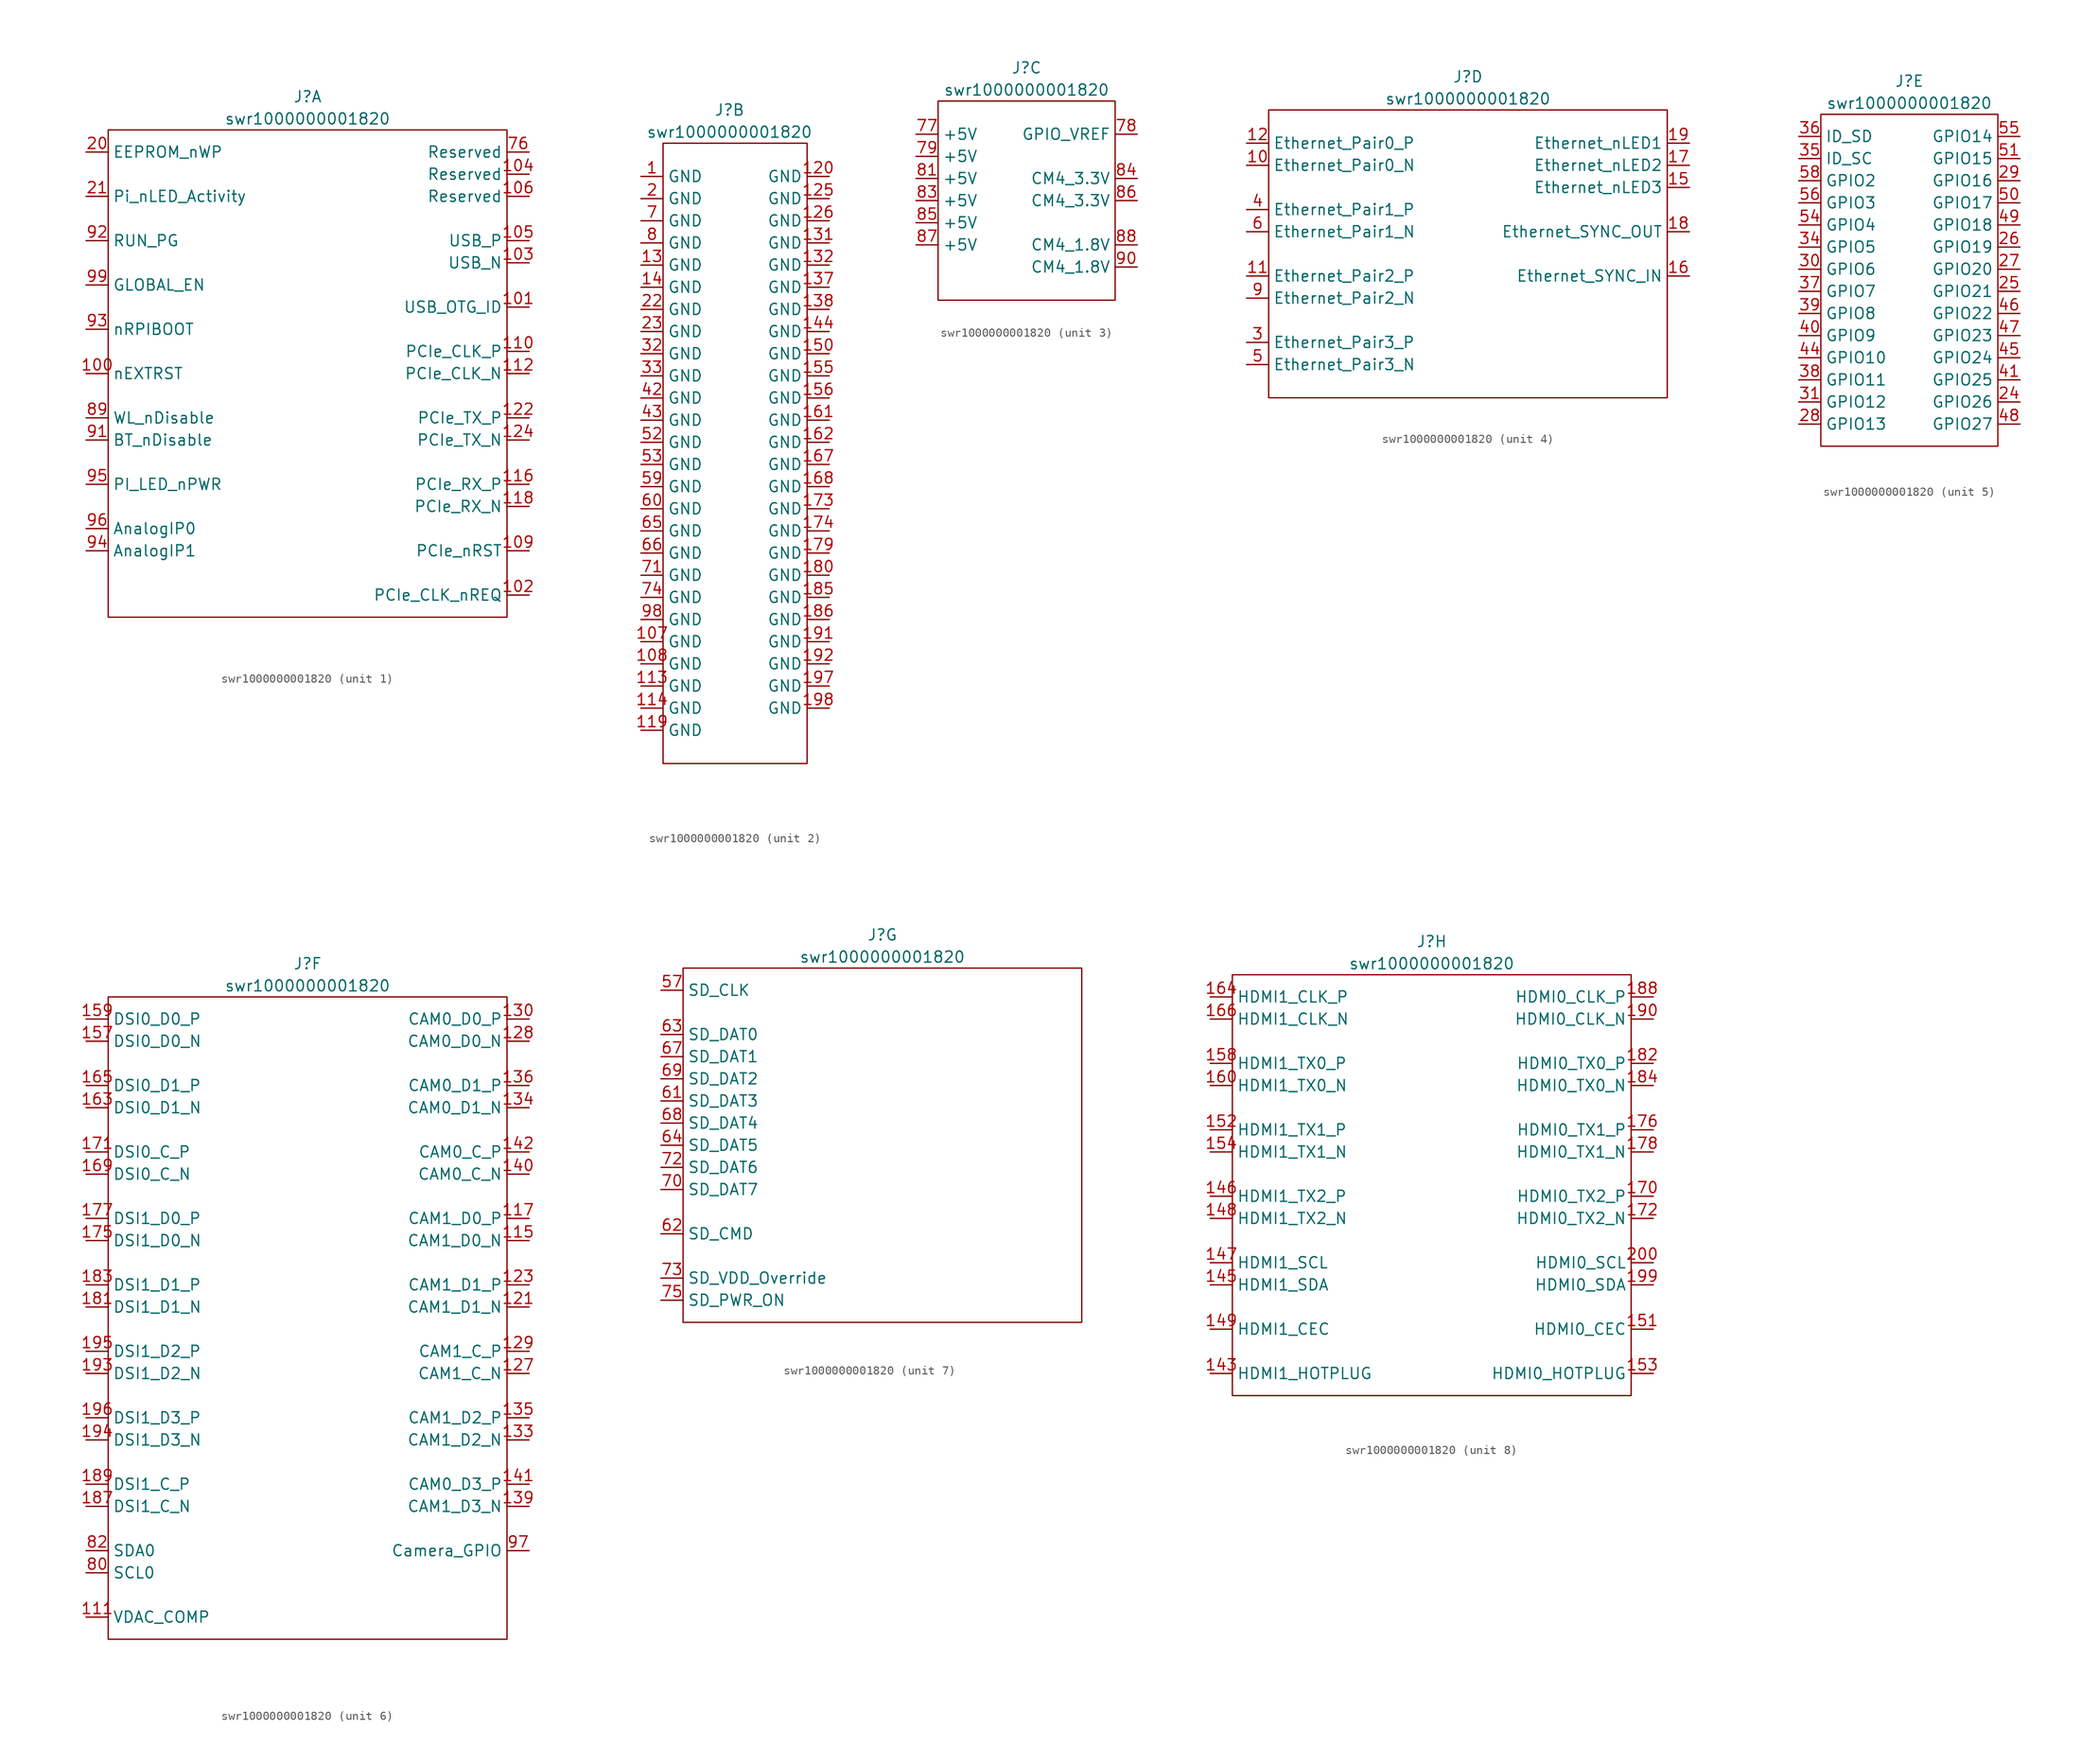
<source format=kicad_sym>
(kicad_symbol_lib
  (version 20220914)
  (generator kicad_symbol_editor)
  (symbol "swr1000000001820"
    (property "Reference" "J"
      (at 0 3.81 0)
      (effects (font (size 1.27 1.27))))
    (property "Value" "swr1000000001820"
      (at 0 1.27 0)
      (effects (font (size 1.27 1.27))))
    (property "ki_locked" ""
      (at 0 0 0)
      (effects (font (size 1.27 1.27))))
    (symbol "swr1000000001820_1_1"
      (rectangle (start -22.86 0) (end 22.86 -55.88) (stroke (width 0) (type default)) (fill (type none)))
      (pin unspecified line (at -25.4 -27.94 0) (length 2.54) (name "nEXTRST" (effects (font (size 1.27 1.27)))) (number "100" (effects (font (size 1.27 1.27)))))
      (pin unspecified line (at 25.4 -20.32 180) (length 2.54) (name "USB_OTG_ID" (effects (font (size 1.27 1.27)))) (number "101" (effects (font (size 1.27 1.27)))))
      (pin unspecified line (at 25.4 -53.34 180) (length 2.54) (name "PCIe_CLK_nREQ" (effects (font (size 1.27 1.27)))) (number "102" (effects (font (size 1.27 1.27)))))
      (pin unspecified line (at 25.4 -15.24 180) (length 2.54) (name "USB_N" (effects (font (size 1.27 1.27)))) (number "103" (effects (font (size 1.27 1.27)))))
      (pin unspecified line (at 25.4 -5.08 180) (length 2.54) (name "Reserved" (effects (font (size 1.27 1.27)))) (number "104" (effects (font (size 1.27 1.27)))))
      (pin unspecified line (at 25.4 -12.7 180) (length 2.54) (name "USB_P" (effects (font (size 1.27 1.27)))) (number "105" (effects (font (size 1.27 1.27)))))
      (pin unspecified line (at 25.4 -7.62 180) (length 2.54) (name "Reserved" (effects (font (size 1.27 1.27)))) (number "106" (effects (font (size 1.27 1.27)))))
      (pin unspecified line (at 25.4 -48.26 180) (length 2.54) (name "PCIe_nRST" (effects (font (size 1.27 1.27)))) (number "109" (effects (font (size 1.27 1.27)))))
      (pin unspecified line (at 25.4 -25.4 180) (length 2.54) (name "PCIe_CLK_P" (effects (font (size 1.27 1.27)))) (number "110" (effects (font (size 1.27 1.27)))))
      (pin unspecified line (at 25.4 -27.94 180) (length 2.54) (name "PCIe_CLK_N" (effects (font (size 1.27 1.27)))) (number "112" (effects (font (size 1.27 1.27)))))
      (pin unspecified line (at 25.4 -40.64 180) (length 2.54) (name "PCIe_RX_P" (effects (font (size 1.27 1.27)))) (number "116" (effects (font (size 1.27 1.27)))))
      (pin unspecified line (at 25.4 -43.18 180) (length 2.54) (name "PCIe_RX_N" (effects (font (size 1.27 1.27)))) (number "118" (effects (font (size 1.27 1.27)))))
      (pin unspecified line (at 25.4 -33.02 180) (length 2.54) (name "PCIe_TX_P" (effects (font (size 1.27 1.27)))) (number "122" (effects (font (size 1.27 1.27)))))
      (pin unspecified line (at 25.4 -35.56 180) (length 2.54) (name "PCIe_TX_N" (effects (font (size 1.27 1.27)))) (number "124" (effects (font (size 1.27 1.27)))))
      (pin unspecified line (at -25.4 -2.54 0) (length 2.54) (name "EEPROM_nWP" (effects (font (size 1.27 1.27)))) (number "20" (effects (font (size 1.27 1.27)))))
      (pin unspecified line (at -25.4 -7.62 0) (length 2.54) (name "Pi_nLED_Activity" (effects (font (size 1.27 1.27)))) (number "21" (effects (font (size 1.27 1.27)))))
      (pin unspecified line (at 25.4 -2.54 180) (length 2.54) (name "Reserved" (effects (font (size 1.27 1.27)))) (number "76" (effects (font (size 1.27 1.27)))))
      (pin unspecified line (at -25.4 -33.02 0) (length 2.54) (name "WL_nDisable" (effects (font (size 1.27 1.27)))) (number "89" (effects (font (size 1.27 1.27)))))
      (pin unspecified line (at -25.4 -35.56 0) (length 2.54) (name "BT_nDisable" (effects (font (size 1.27 1.27)))) (number "91" (effects (font (size 1.27 1.27)))))
      (pin unspecified line (at -25.4 -12.7 0) (length 2.54) (name "RUN_PG" (effects (font (size 1.27 1.27)))) (number "92" (effects (font (size 1.27 1.27)))))
      (pin unspecified line (at -25.4 -22.86 0) (length 2.54) (name "nRPIBOOT" (effects (font (size 1.27 1.27)))) (number "93" (effects (font (size 1.27 1.27)))))
      (pin unspecified line (at -25.4 -48.26 0) (length 2.54) (name "AnalogIP1" (effects (font (size 1.27 1.27)))) (number "94" (effects (font (size 1.27 1.27)))))
      (pin unspecified line (at -25.4 -40.64 0) (length 2.54) (name "PI_LED_nPWR" (effects (font (size 1.27 1.27)))) (number "95" (effects (font (size 1.27 1.27)))))
      (pin unspecified line (at -25.4 -45.72 0) (length 2.54) (name "AnalogIP0" (effects (font (size 1.27 1.27)))) (number "96" (effects (font (size 1.27 1.27)))))
      (pin unspecified line (at -25.4 -17.78 0) (length 2.54) (name "GLOBAL_EN" (effects (font (size 1.27 1.27)))) (number "99" (effects (font (size 1.27 1.27))))))
    (symbol "swr1000000001820_2_1"
      (rectangle (start -7.62 0) (end 8.89 -71.12) (stroke (width 0) (type default)) (fill (type none)))
      (pin unspecified line (at -10.16 -3.81 0) (length 2.54) (name "GND" (effects (font (size 1.27 1.27)))) (number "1" (effects (font (size 1.27 1.27)))))
      (pin unspecified line (at -10.16 -57.15 0) (length 2.54) (name "GND" (effects (font (size 1.27 1.27)))) (number "107" (effects (font (size 1.27 1.27)))))
      (pin unspecified line (at -10.16 -59.69 0) (length 2.54) (name "GND" (effects (font (size 1.27 1.27)))) (number "108" (effects (font (size 1.27 1.27)))))
      (pin unspecified line (at -10.16 -62.23 0) (length 2.54) (name "GND" (effects (font (size 1.27 1.27)))) (number "113" (effects (font (size 1.27 1.27)))))
      (pin unspecified line (at -10.16 -64.77 0) (length 2.54) (name "GND" (effects (font (size 1.27 1.27)))) (number "114" (effects (font (size 1.27 1.27)))))
      (pin unspecified line (at -10.16 -67.31 0) (length 2.54) (name "GND" (effects (font (size 1.27 1.27)))) (number "119" (effects (font (size 1.27 1.27)))))
      (pin unspecified line (at 11.43 -3.81 180) (length 2.54) (name "GND" (effects (font (size 1.27 1.27)))) (number "120" (effects (font (size 1.27 1.27)))))
      (pin unspecified line (at 11.43 -6.35 180) (length 2.54) (name "GND" (effects (font (size 1.27 1.27)))) (number "125" (effects (font (size 1.27 1.27)))))
      (pin unspecified line (at 11.43 -8.89 180) (length 2.54) (name "GND" (effects (font (size 1.27 1.27)))) (number "126" (effects (font (size 1.27 1.27)))))
      (pin unspecified line (at -10.16 -13.97 0) (length 2.54) (name "GND" (effects (font (size 1.27 1.27)))) (number "13" (effects (font (size 1.27 1.27)))))
      (pin unspecified line (at 11.43 -11.43 180) (length 2.54) (name "GND" (effects (font (size 1.27 1.27)))) (number "131" (effects (font (size 1.27 1.27)))))
      (pin unspecified line (at 11.43 -13.97 180) (length 2.54) (name "GND" (effects (font (size 1.27 1.27)))) (number "132" (effects (font (size 1.27 1.27)))))
      (pin unspecified line (at 11.43 -16.51 180) (length 2.54) (name "GND" (effects (font (size 1.27 1.27)))) (number "137" (effects (font (size 1.27 1.27)))))
      (pin unspecified line (at 11.43 -19.05 180) (length 2.54) (name "GND" (effects (font (size 1.27 1.27)))) (number "138" (effects (font (size 1.27 1.27)))))
      (pin unspecified line (at -10.16 -16.51 0) (length 2.54) (name "GND" (effects (font (size 1.27 1.27)))) (number "14" (effects (font (size 1.27 1.27)))))
      (pin unspecified line (at 11.43 -21.59 180) (length 2.54) (name "GND" (effects (font (size 1.27 1.27)))) (number "144" (effects (font (size 1.27 1.27)))))
      (pin unspecified line (at 11.43 -24.13 180) (length 2.54) (name "GND" (effects (font (size 1.27 1.27)))) (number "150" (effects (font (size 1.27 1.27)))))
      (pin unspecified line (at 11.43 -26.67 180) (length 2.54) (name "GND" (effects (font (size 1.27 1.27)))) (number "155" (effects (font (size 1.27 1.27)))))
      (pin unspecified line (at 11.43 -29.21 180) (length 2.54) (name "GND" (effects (font (size 1.27 1.27)))) (number "156" (effects (font (size 1.27 1.27)))))
      (pin unspecified line (at 11.43 -31.75 180) (length 2.54) (name "GND" (effects (font (size 1.27 1.27)))) (number "161" (effects (font (size 1.27 1.27)))))
      (pin unspecified line (at 11.43 -34.29 180) (length 2.54) (name "GND" (effects (font (size 1.27 1.27)))) (number "162" (effects (font (size 1.27 1.27)))))
      (pin unspecified line (at 11.43 -36.83 180) (length 2.54) (name "GND" (effects (font (size 1.27 1.27)))) (number "167" (effects (font (size 1.27 1.27)))))
      (pin unspecified line (at 11.43 -39.37 180) (length 2.54) (name "GND" (effects (font (size 1.27 1.27)))) (number "168" (effects (font (size 1.27 1.27)))))
      (pin unspecified line (at 11.43 -41.91 180) (length 2.54) (name "GND" (effects (font (size 1.27 1.27)))) (number "173" (effects (font (size 1.27 1.27)))))
      (pin unspecified line (at 11.43 -44.45 180) (length 2.54) (name "GND" (effects (font (size 1.27 1.27)))) (number "174" (effects (font (size 1.27 1.27)))))
      (pin unspecified line (at 11.43 -46.99 180) (length 2.54) (name "GND" (effects (font (size 1.27 1.27)))) (number "179" (effects (font (size 1.27 1.27)))))
      (pin unspecified line (at 11.43 -49.53 180) (length 2.54) (name "GND" (effects (font (size 1.27 1.27)))) (number "180" (effects (font (size 1.27 1.27)))))
      (pin unspecified line (at 11.43 -52.07 180) (length 2.54) (name "GND" (effects (font (size 1.27 1.27)))) (number "185" (effects (font (size 1.27 1.27)))))
      (pin unspecified line (at 11.43 -54.61 180) (length 2.54) (name "GND" (effects (font (size 1.27 1.27)))) (number "186" (effects (font (size 1.27 1.27)))))
      (pin unspecified line (at 11.43 -57.15 180) (length 2.54) (name "GND" (effects (font (size 1.27 1.27)))) (number "191" (effects (font (size 1.27 1.27)))))
      (pin unspecified line (at 11.43 -59.69 180) (length 2.54) (name "GND" (effects (font (size 1.27 1.27)))) (number "192" (effects (font (size 1.27 1.27)))))
      (pin unspecified line (at 11.43 -62.23 180) (length 2.54) (name "GND" (effects (font (size 1.27 1.27)))) (number "197" (effects (font (size 1.27 1.27)))))
      (pin unspecified line (at 11.43 -64.77 180) (length 2.54) (name "GND" (effects (font (size 1.27 1.27)))) (number "198" (effects (font (size 1.27 1.27)))))
      (pin unspecified line (at -10.16 -6.35 0) (length 2.54) (name "GND" (effects (font (size 1.27 1.27)))) (number "2" (effects (font (size 1.27 1.27)))))
      (pin unspecified line (at -10.16 -19.05 0) (length 2.54) (name "GND" (effects (font (size 1.27 1.27)))) (number "22" (effects (font (size 1.27 1.27)))))
      (pin unspecified line (at -10.16 -21.59 0) (length 2.54) (name "GND" (effects (font (size 1.27 1.27)))) (number "23" (effects (font (size 1.27 1.27)))))
      (pin unspecified line (at -10.16 -24.13 0) (length 2.54) (name "GND" (effects (font (size 1.27 1.27)))) (number "32" (effects (font (size 1.27 1.27)))))
      (pin unspecified line (at -10.16 -26.67 0) (length 2.54) (name "GND" (effects (font (size 1.27 1.27)))) (number "33" (effects (font (size 1.27 1.27)))))
      (pin unspecified line (at -10.16 -29.21 0) (length 2.54) (name "GND" (effects (font (size 1.27 1.27)))) (number "42" (effects (font (size 1.27 1.27)))))
      (pin unspecified line (at -10.16 -31.75 0) (length 2.54) (name "GND" (effects (font (size 1.27 1.27)))) (number "43" (effects (font (size 1.27 1.27)))))
      (pin unspecified line (at -10.16 -34.29 0) (length 2.54) (name "GND" (effects (font (size 1.27 1.27)))) (number "52" (effects (font (size 1.27 1.27)))))
      (pin unspecified line (at -10.16 -36.83 0) (length 2.54) (name "GND" (effects (font (size 1.27 1.27)))) (number "53" (effects (font (size 1.27 1.27)))))
      (pin unspecified line (at -10.16 -39.37 0) (length 2.54) (name "GND" (effects (font (size 1.27 1.27)))) (number "59" (effects (font (size 1.27 1.27)))))
      (pin unspecified line (at -10.16 -41.91 0) (length 2.54) (name "GND" (effects (font (size 1.27 1.27)))) (number "60" (effects (font (size 1.27 1.27)))))
      (pin unspecified line (at -10.16 -44.45 0) (length 2.54) (name "GND" (effects (font (size 1.27 1.27)))) (number "65" (effects (font (size 1.27 1.27)))))
      (pin unspecified line (at -10.16 -46.99 0) (length 2.54) (name "GND" (effects (font (size 1.27 1.27)))) (number "66" (effects (font (size 1.27 1.27)))))
      (pin unspecified line (at -10.16 -8.89 0) (length 2.54) (name "GND" (effects (font (size 1.27 1.27)))) (number "7" (effects (font (size 1.27 1.27)))))
      (pin unspecified line (at -10.16 -49.53 0) (length 2.54) (name "GND" (effects (font (size 1.27 1.27)))) (number "71" (effects (font (size 1.27 1.27)))))
      (pin unspecified line (at -10.16 -52.07 0) (length 2.54) (name "GND" (effects (font (size 1.27 1.27)))) (number "74" (effects (font (size 1.27 1.27)))))
      (pin unspecified line (at -10.16 -11.43 0) (length 2.54) (name "GND" (effects (font (size 1.27 1.27)))) (number "8" (effects (font (size 1.27 1.27)))))
      (pin unspecified line (at -10.16 -54.61 0) (length 2.54) (name "GND" (effects (font (size 1.27 1.27)))) (number "98" (effects (font (size 1.27 1.27))))))
    (symbol "swr1000000001820_3_1"
      (rectangle (start -10.16 0) (end 10.16 -22.86) (stroke (width 0) (type default)) (fill (type none)))
      (pin unspecified line (at -12.7 -3.81 0) (length 2.54) (name "+5V" (effects (font (size 1.27 1.27)))) (number "77" (effects (font (size 1.27 1.27)))))
      (pin unspecified line (at 12.7 -3.81 180) (length 2.54) (name "GPIO_VREF" (effects (font (size 1.27 1.27)))) (number "78" (effects (font (size 1.27 1.27)))))
      (pin unspecified line (at -12.7 -6.35 0) (length 2.54) (name "+5V" (effects (font (size 1.27 1.27)))) (number "79" (effects (font (size 1.27 1.27)))))
      (pin unspecified line (at -12.7 -8.89 0) (length 2.54) (name "+5V" (effects (font (size 1.27 1.27)))) (number "81" (effects (font (size 1.27 1.27)))))
      (pin unspecified line (at -12.7 -11.43 0) (length 2.54) (name "+5V" (effects (font (size 1.27 1.27)))) (number "83" (effects (font (size 1.27 1.27)))))
      (pin unspecified line (at 12.7 -8.89 180) (length 2.54) (name "CM4_3.3V" (effects (font (size 1.27 1.27)))) (number "84" (effects (font (size 1.27 1.27)))))
      (pin unspecified line (at -12.7 -13.97 0) (length 2.54) (name "+5V" (effects (font (size 1.27 1.27)))) (number "85" (effects (font (size 1.27 1.27)))))
      (pin unspecified line (at 12.7 -11.43 180) (length 2.54) (name "CM4_3.3V" (effects (font (size 1.27 1.27)))) (number "86" (effects (font (size 1.27 1.27)))))
      (pin unspecified line (at -12.7 -16.51 0) (length 2.54) (name "+5V" (effects (font (size 1.27 1.27)))) (number "87" (effects (font (size 1.27 1.27)))))
      (pin unspecified line (at 12.7 -16.51 180) (length 2.54) (name "CM4_1.8V" (effects (font (size 1.27 1.27)))) (number "88" (effects (font (size 1.27 1.27)))))
      (pin unspecified line (at 12.7 -19.05 180) (length 2.54) (name "CM4_1.8V" (effects (font (size 1.27 1.27)))) (number "90" (effects (font (size 1.27 1.27))))))
    (symbol "swr1000000001820_4_1"
      (rectangle (start -22.86 0) (end 22.86 -33.02) (stroke (width 0) (type default)) (fill (type none)))
      (pin unspecified line (at -25.4 -6.35 0) (length 2.54) (name "Ethernet_Pair0_N" (effects (font (size 1.27 1.27)))) (number "10" (effects (font (size 1.27 1.27)))))
      (pin unspecified line (at -25.4 -19.05 0) (length 2.54) (name "Ethernet_Pair2_P" (effects (font (size 1.27 1.27)))) (number "11" (effects (font (size 1.27 1.27)))))
      (pin unspecified line (at -25.4 -3.81 0) (length 2.54) (name "Ethernet_Pair0_P" (effects (font (size 1.27 1.27)))) (number "12" (effects (font (size 1.27 1.27)))))
      (pin unspecified line (at 25.4 -8.89 180) (length 2.54) (name "Ethernet_nLED3" (effects (font (size 1.27 1.27)))) (number "15" (effects (font (size 1.27 1.27)))))
      (pin unspecified line (at 25.4 -19.05 180) (length 2.54) (name "Ethernet_SYNC_IN" (effects (font (size 1.27 1.27)))) (number "16" (effects (font (size 1.27 1.27)))))
      (pin unspecified line (at 25.4 -6.35 180) (length 2.54) (name "Ethernet_nLED2" (effects (font (size 1.27 1.27)))) (number "17" (effects (font (size 1.27 1.27)))))
      (pin unspecified line (at 25.4 -13.97 180) (length 2.54) (name "Ethernet_SYNC_OUT" (effects (font (size 1.27 1.27)))) (number "18" (effects (font (size 1.27 1.27)))))
      (pin unspecified line (at 25.4 -3.81 180) (length 2.54) (name "Ethernet_nLED1" (effects (font (size 1.27 1.27)))) (number "19" (effects (font (size 1.27 1.27)))))
      (pin unspecified line (at -25.4 -26.67 0) (length 2.54) (name "Ethernet_Pair3_P" (effects (font (size 1.27 1.27)))) (number "3" (effects (font (size 1.27 1.27)))))
      (pin unspecified line (at -25.4 -11.43 0) (length 2.54) (name "Ethernet_Pair1_P" (effects (font (size 1.27 1.27)))) (number "4" (effects (font (size 1.27 1.27)))))
      (pin unspecified line (at -25.4 -29.21 0) (length 2.54) (name "Ethernet_Pair3_N" (effects (font (size 1.27 1.27)))) (number "5" (effects (font (size 1.27 1.27)))))
      (pin unspecified line (at -25.4 -13.97 0) (length 2.54) (name "Ethernet_Pair1_N" (effects (font (size 1.27 1.27)))) (number "6" (effects (font (size 1.27 1.27)))))
      (pin unspecified line (at -25.4 -21.59 0) (length 2.54) (name "Ethernet_Pair2_N" (effects (font (size 1.27 1.27)))) (number "9" (effects (font (size 1.27 1.27))))))
    (symbol "swr1000000001820_5_1"
      (rectangle (start -10.16 0) (end 10.16 -38.1) (stroke (width 0) (type default)) (fill (type none)))
      (pin unspecified line (at 12.7 -33.02 180) (length 2.54) (name "GPIO26" (effects (font (size 1.27 1.27)))) (number "24" (effects (font (size 1.27 1.27)))))
      (pin unspecified line (at 12.7 -20.32 180) (length 2.54) (name "GPIO21" (effects (font (size 1.27 1.27)))) (number "25" (effects (font (size 1.27 1.27)))))
      (pin unspecified line (at 12.7 -15.24 180) (length 2.54) (name "GPIO19" (effects (font (size 1.27 1.27)))) (number "26" (effects (font (size 1.27 1.27)))))
      (pin unspecified line (at 12.7 -17.78 180) (length 2.54) (name "GPIO20" (effects (font (size 1.27 1.27)))) (number "27" (effects (font (size 1.27 1.27)))))
      (pin unspecified line (at -12.7 -35.56 0) (length 2.54) (name "GPIO13" (effects (font (size 1.27 1.27)))) (number "28" (effects (font (size 1.27 1.27)))))
      (pin unspecified line (at 12.7 -7.62 180) (length 2.54) (name "GPIO16" (effects (font (size 1.27 1.27)))) (number "29" (effects (font (size 1.27 1.27)))))
      (pin unspecified line (at -12.7 -17.78 0) (length 2.54) (name "GPIO6" (effects (font (size 1.27 1.27)))) (number "30" (effects (font (size 1.27 1.27)))))
      (pin unspecified line (at -12.7 -33.02 0) (length 2.54) (name "GPIO12" (effects (font (size 1.27 1.27)))) (number "31" (effects (font (size 1.27 1.27)))))
      (pin unspecified line (at -12.7 -15.24 0) (length 2.54) (name "GPIO5" (effects (font (size 1.27 1.27)))) (number "34" (effects (font (size 1.27 1.27)))))
      (pin unspecified line (at -12.7 -5.08 0) (length 2.54) (name "ID_SC" (effects (font (size 1.27 1.27)))) (number "35" (effects (font (size 1.27 1.27)))))
      (pin unspecified line (at -12.7 -2.54 0) (length 2.54) (name "ID_SD" (effects (font (size 1.27 1.27)))) (number "36" (effects (font (size 1.27 1.27)))))
      (pin unspecified line (at -12.7 -20.32 0) (length 2.54) (name "GPIO7" (effects (font (size 1.27 1.27)))) (number "37" (effects (font (size 1.27 1.27)))))
      (pin unspecified line (at -12.7 -30.48 0) (length 2.54) (name "GPIO11" (effects (font (size 1.27 1.27)))) (number "38" (effects (font (size 1.27 1.27)))))
      (pin unspecified line (at -12.7 -22.86 0) (length 2.54) (name "GPIO8" (effects (font (size 1.27 1.27)))) (number "39" (effects (font (size 1.27 1.27)))))
      (pin unspecified line (at -12.7 -25.4 0) (length 2.54) (name "GPIO9" (effects (font (size 1.27 1.27)))) (number "40" (effects (font (size 1.27 1.27)))))
      (pin unspecified line (at 12.7 -30.48 180) (length 2.54) (name "GPIO25" (effects (font (size 1.27 1.27)))) (number "41" (effects (font (size 1.27 1.27)))))
      (pin unspecified line (at -12.7 -27.94 0) (length 2.54) (name "GPIO10" (effects (font (size 1.27 1.27)))) (number "44" (effects (font (size 1.27 1.27)))))
      (pin unspecified line (at 12.7 -27.94 180) (length 2.54) (name "GPIO24" (effects (font (size 1.27 1.27)))) (number "45" (effects (font (size 1.27 1.27)))))
      (pin unspecified line (at 12.7 -22.86 180) (length 2.54) (name "GPIO22" (effects (font (size 1.27 1.27)))) (number "46" (effects (font (size 1.27 1.27)))))
      (pin unspecified line (at 12.7 -25.4 180) (length 2.54) (name "GPIO23" (effects (font (size 1.27 1.27)))) (number "47" (effects (font (size 1.27 1.27)))))
      (pin unspecified line (at 12.7 -35.56 180) (length 2.54) (name "GPIO27" (effects (font (size 1.27 1.27)))) (number "48" (effects (font (size 1.27 1.27)))))
      (pin unspecified line (at 12.7 -12.7 180) (length 2.54) (name "GPIO18" (effects (font (size 1.27 1.27)))) (number "49" (effects (font (size 1.27 1.27)))))
      (pin unspecified line (at 12.7 -10.16 180) (length 2.54) (name "GPIO17" (effects (font (size 1.27 1.27)))) (number "50" (effects (font (size 1.27 1.27)))))
      (pin unspecified line (at 12.7 -5.08 180) (length 2.54) (name "GPIO15" (effects (font (size 1.27 1.27)))) (number "51" (effects (font (size 1.27 1.27)))))
      (pin unspecified line (at -12.7 -12.7 0) (length 2.54) (name "GPIO4" (effects (font (size 1.27 1.27)))) (number "54" (effects (font (size 1.27 1.27)))))
      (pin unspecified line (at 12.7 -2.54 180) (length 2.54) (name "GPIO14" (effects (font (size 1.27 1.27)))) (number "55" (effects (font (size 1.27 1.27)))))
      (pin unspecified line (at -12.7 -10.16 0) (length 2.54) (name "GPIO3" (effects (font (size 1.27 1.27)))) (number "56" (effects (font (size 1.27 1.27)))))
      (pin unspecified line (at -12.7 -7.62 0) (length 2.54) (name "GPIO2" (effects (font (size 1.27 1.27)))) (number "58" (effects (font (size 1.27 1.27))))))
    (symbol "swr1000000001820_6_1"
      (rectangle (start -22.86 0) (end 22.86 -73.66) (stroke (width 0) (type default)) (fill (type none)))
      (pin unspecified line (at -25.4 -71.12 0) (length 2.54) (name "VDAC_COMP" (effects (font (size 1.27 1.27)))) (number "111" (effects (font (size 1.27 1.27)))))
      (pin unspecified line (at 25.4 -27.94 180) (length 2.54) (name "CAM1_D0_N" (effects (font (size 1.27 1.27)))) (number "115" (effects (font (size 1.27 1.27)))))
      (pin unspecified line (at 25.4 -25.4 180) (length 2.54) (name "CAM1_D0_P" (effects (font (size 1.27 1.27)))) (number "117" (effects (font (size 1.27 1.27)))))
      (pin unspecified line (at 25.4 -35.56 180) (length 2.54) (name "CAM1_D1_N" (effects (font (size 1.27 1.27)))) (number "121" (effects (font (size 1.27 1.27)))))
      (pin unspecified line (at 25.4 -33.02 180) (length 2.54) (name "CAM1_D1_P" (effects (font (size 1.27 1.27)))) (number "123" (effects (font (size 1.27 1.27)))))
      (pin unspecified line (at 25.4 -43.18 180) (length 2.54) (name "CAM1_C_N" (effects (font (size 1.27 1.27)))) (number "127" (effects (font (size 1.27 1.27)))))
      (pin unspecified line (at 25.4 -5.08 180) (length 2.54) (name "CAM0_D0_N" (effects (font (size 1.27 1.27)))) (number "128" (effects (font (size 1.27 1.27)))))
      (pin unspecified line (at 25.4 -40.64 180) (length 2.54) (name "CAM1_C_P" (effects (font (size 1.27 1.27)))) (number "129" (effects (font (size 1.27 1.27)))))
      (pin unspecified line (at 25.4 -2.54 180) (length 2.54) (name "CAM0_D0_P" (effects (font (size 1.27 1.27)))) (number "130" (effects (font (size 1.27 1.27)))))
      (pin unspecified line (at 25.4 -50.8 180) (length 2.54) (name "CAM1_D2_N" (effects (font (size 1.27 1.27)))) (number "133" (effects (font (size 1.27 1.27)))))
      (pin unspecified line (at 25.4 -12.7 180) (length 2.54) (name "CAM0_D1_N" (effects (font (size 1.27 1.27)))) (number "134" (effects (font (size 1.27 1.27)))))
      (pin unspecified line (at 25.4 -48.26 180) (length 2.54) (name "CAM1_D2_P" (effects (font (size 1.27 1.27)))) (number "135" (effects (font (size 1.27 1.27)))))
      (pin unspecified line (at 25.4 -10.16 180) (length 2.54) (name "CAM0_D1_P" (effects (font (size 1.27 1.27)))) (number "136" (effects (font (size 1.27 1.27)))))
      (pin unspecified line (at 25.4 -58.42 180) (length 2.54) (name "CAM1_D3_N" (effects (font (size 1.27 1.27)))) (number "139" (effects (font (size 1.27 1.27)))))
      (pin unspecified line (at 25.4 -20.32 180) (length 2.54) (name "CAM0_C_N" (effects (font (size 1.27 1.27)))) (number "140" (effects (font (size 1.27 1.27)))))
      (pin unspecified line (at 25.4 -55.88 180) (length 2.54) (name "CAM0_D3_P" (effects (font (size 1.27 1.27)))) (number "141" (effects (font (size 1.27 1.27)))))
      (pin unspecified line (at 25.4 -17.78 180) (length 2.54) (name "CAM0_C_P" (effects (font (size 1.27 1.27)))) (number "142" (effects (font (size 1.27 1.27)))))
      (pin unspecified line (at -25.4 -5.08 0) (length 2.54) (name "DSI0_D0_N" (effects (font (size 1.27 1.27)))) (number "157" (effects (font (size 1.27 1.27)))))
      (pin unspecified line (at -25.4 -2.54 0) (length 2.54) (name "DSI0_D0_P" (effects (font (size 1.27 1.27)))) (number "159" (effects (font (size 1.27 1.27)))))
      (pin unspecified line (at -25.4 -12.7 0) (length 2.54) (name "DSI0_D1_N" (effects (font (size 1.27 1.27)))) (number "163" (effects (font (size 1.27 1.27)))))
      (pin unspecified line (at -25.4 -10.16 0) (length 2.54) (name "DSI0_D1_P" (effects (font (size 1.27 1.27)))) (number "165" (effects (font (size 1.27 1.27)))))
      (pin unspecified line (at -25.4 -20.32 0) (length 2.54) (name "DSI0_C_N" (effects (font (size 1.27 1.27)))) (number "169" (effects (font (size 1.27 1.27)))))
      (pin unspecified line (at -25.4 -17.78 0) (length 2.54) (name "DSI0_C_P" (effects (font (size 1.27 1.27)))) (number "171" (effects (font (size 1.27 1.27)))))
      (pin unspecified line (at -25.4 -27.94 0) (length 2.54) (name "DSI1_D0_N" (effects (font (size 1.27 1.27)))) (number "175" (effects (font (size 1.27 1.27)))))
      (pin unspecified line (at -25.4 -25.4 0) (length 2.54) (name "DSI1_D0_P" (effects (font (size 1.27 1.27)))) (number "177" (effects (font (size 1.27 1.27)))))
      (pin unspecified line (at -25.4 -35.56 0) (length 2.54) (name "DSI1_D1_N" (effects (font (size 1.27 1.27)))) (number "181" (effects (font (size 1.27 1.27)))))
      (pin unspecified line (at -25.4 -33.02 0) (length 2.54) (name "DSI1_D1_P" (effects (font (size 1.27 1.27)))) (number "183" (effects (font (size 1.27 1.27)))))
      (pin unspecified line (at -25.4 -58.42 0) (length 2.54) (name "DSI1_C_N" (effects (font (size 1.27 1.27)))) (number "187" (effects (font (size 1.27 1.27)))))
      (pin unspecified line (at -25.4 -55.88 0) (length 2.54) (name "DSI1_C_P" (effects (font (size 1.27 1.27)))) (number "189" (effects (font (size 1.27 1.27)))))
      (pin unspecified line (at -25.4 -43.18 0) (length 2.54) (name "DSI1_D2_N" (effects (font (size 1.27 1.27)))) (number "193" (effects (font (size 1.27 1.27)))))
      (pin unspecified line (at -25.4 -50.8 0) (length 2.54) (name "DSI1_D3_N" (effects (font (size 1.27 1.27)))) (number "194" (effects (font (size 1.27 1.27)))))
      (pin unspecified line (at -25.4 -40.64 0) (length 2.54) (name "DSI1_D2_P" (effects (font (size 1.27 1.27)))) (number "195" (effects (font (size 1.27 1.27)))))
      (pin unspecified line (at -25.4 -48.26 0) (length 2.54) (name "DSI1_D3_P" (effects (font (size 1.27 1.27)))) (number "196" (effects (font (size 1.27 1.27)))))
      (pin unspecified line (at -25.4 -66.04 0) (length 2.54) (name "SCL0" (effects (font (size 1.27 1.27)))) (number "80" (effects (font (size 1.27 1.27)))))
      (pin unspecified line (at -25.4 -63.5 0) (length 2.54) (name "SDA0" (effects (font (size 1.27 1.27)))) (number "82" (effects (font (size 1.27 1.27)))))
      (pin unspecified line (at 25.4 -63.5 180) (length 2.54) (name "Camera_GPIO" (effects (font (size 1.27 1.27)))) (number "97" (effects (font (size 1.27 1.27))))))
    (symbol "swr1000000001820_7_1"
      (rectangle (start -22.86 0) (end 22.86 -40.64) (stroke (width 0) (type default)) (fill (type none)))
      (pin unspecified line (at -25.4 -2.54 0) (length 2.54) (name "SD_CLK" (effects (font (size 1.27 1.27)))) (number "57" (effects (font (size 1.27 1.27)))))
      (pin unspecified line (at -25.4 -15.24 0) (length 2.54) (name "SD_DAT3" (effects (font (size 1.27 1.27)))) (number "61" (effects (font (size 1.27 1.27)))))
      (pin unspecified line (at -25.4 -30.48 0) (length 2.54) (name "SD_CMD" (effects (font (size 1.27 1.27)))) (number "62" (effects (font (size 1.27 1.27)))))
      (pin unspecified line (at -25.4 -7.62 0) (length 2.54) (name "SD_DAT0" (effects (font (size 1.27 1.27)))) (number "63" (effects (font (size 1.27 1.27)))))
      (pin unspecified line (at -25.4 -20.32 0) (length 2.54) (name "SD_DAT5" (effects (font (size 1.27 1.27)))) (number "64" (effects (font (size 1.27 1.27)))))
      (pin unspecified line (at -25.4 -10.16 0) (length 2.54) (name "SD_DAT1" (effects (font (size 1.27 1.27)))) (number "67" (effects (font (size 1.27 1.27)))))
      (pin unspecified line (at -25.4 -17.78 0) (length 2.54) (name "SD_DAT4" (effects (font (size 1.27 1.27)))) (number "68" (effects (font (size 1.27 1.27)))))
      (pin unspecified line (at -25.4 -12.7 0) (length 2.54) (name "SD_DAT2" (effects (font (size 1.27 1.27)))) (number "69" (effects (font (size 1.27 1.27)))))
      (pin unspecified line (at -25.4 -25.4 0) (length 2.54) (name "SD_DAT7" (effects (font (size 1.27 1.27)))) (number "70" (effects (font (size 1.27 1.27)))))
      (pin unspecified line (at -25.4 -22.86 0) (length 2.54) (name "SD_DAT6" (effects (font (size 1.27 1.27)))) (number "72" (effects (font (size 1.27 1.27)))))
      (pin unspecified line (at -25.4 -35.56 0) (length 2.54) (name "SD_VDD_Override" (effects (font (size 1.27 1.27)))) (number "73" (effects (font (size 1.27 1.27)))))
      (pin unspecified line (at -25.4 -38.1 0) (length 2.54) (name "SD_PWR_ON" (effects (font (size 1.27 1.27)))) (number "75" (effects (font (size 1.27 1.27))))))
    (symbol "swr1000000001820_8_1"
      (rectangle (start -22.86 0) (end 22.86 -48.26) (stroke (width 0) (type default)) (fill (type none)))
      (pin unspecified line (at -25.4 -45.72 0) (length 2.54) (name "HDMI1_HOTPLUG" (effects (font (size 1.27 1.27)))) (number "143" (effects (font (size 1.27 1.27)))))
      (pin unspecified line (at -25.4 -35.56 0) (length 2.54) (name "HDMI1_SDA" (effects (font (size 1.27 1.27)))) (number "145" (effects (font (size 1.27 1.27)))))
      (pin unspecified line (at -25.4 -25.4 0) (length 2.54) (name "HDMI1_TX2_P" (effects (font (size 1.27 1.27)))) (number "146" (effects (font (size 1.27 1.27)))))
      (pin unspecified line (at -25.4 -33.02 0) (length 2.54) (name "HDMI1_SCL" (effects (font (size 1.27 1.27)))) (number "147" (effects (font (size 1.27 1.27)))))
      (pin unspecified line (at -25.4 -27.94 0) (length 2.54) (name "HDMI1_TX2_N" (effects (font (size 1.27 1.27)))) (number "148" (effects (font (size 1.27 1.27)))))
      (pin unspecified line (at -25.4 -40.64 0) (length 2.54) (name "HDMI1_CEC" (effects (font (size 1.27 1.27)))) (number "149" (effects (font (size 1.27 1.27)))))
      (pin unspecified line (at 25.4 -40.64 180) (length 2.54) (name "HDMI0_CEC" (effects (font (size 1.27 1.27)))) (number "151" (effects (font (size 1.27 1.27)))))
      (pin unspecified line (at -25.4 -17.78 0) (length 2.54) (name "HDMI1_TX1_P" (effects (font (size 1.27 1.27)))) (number "152" (effects (font (size 1.27 1.27)))))
      (pin unspecified line (at 25.4 -45.72 180) (length 2.54) (name "HDMI0_HOTPLUG" (effects (font (size 1.27 1.27)))) (number "153" (effects (font (size 1.27 1.27)))))
      (pin unspecified line (at -25.4 -20.32 0) (length 2.54) (name "HDMI1_TX1_N" (effects (font (size 1.27 1.27)))) (number "154" (effects (font (size 1.27 1.27)))))
      (pin unspecified line (at -25.4 -10.16 0) (length 2.54) (name "HDMI1_TX0_P" (effects (font (size 1.27 1.27)))) (number "158" (effects (font (size 1.27 1.27)))))
      (pin unspecified line (at -25.4 -12.7 0) (length 2.54) (name "HDMI1_TX0_N" (effects (font (size 1.27 1.27)))) (number "160" (effects (font (size 1.27 1.27)))))
      (pin unspecified line (at -25.4 -2.54 0) (length 2.54) (name "HDMI1_CLK_P" (effects (font (size 1.27 1.27)))) (number "164" (effects (font (size 1.27 1.27)))))
      (pin unspecified line (at -25.4 -5.08 0) (length 2.54) (name "HDMI1_CLK_N" (effects (font (size 1.27 1.27)))) (number "166" (effects (font (size 1.27 1.27)))))
      (pin unspecified line (at 25.4 -25.4 180) (length 2.54) (name "HDMI0_TX2_P" (effects (font (size 1.27 1.27)))) (number "170" (effects (font (size 1.27 1.27)))))
      (pin unspecified line (at 25.4 -27.94 180) (length 2.54) (name "HDMI0_TX2_N" (effects (font (size 1.27 1.27)))) (number "172" (effects (font (size 1.27 1.27)))))
      (pin unspecified line (at 25.4 -17.78 180) (length 2.54) (name "HDMI0_TX1_P" (effects (font (size 1.27 1.27)))) (number "176" (effects (font (size 1.27 1.27)))))
      (pin unspecified line (at 25.4 -20.32 180) (length 2.54) (name "HDMI0_TX1_N" (effects (font (size 1.27 1.27)))) (number "178" (effects (font (size 1.27 1.27)))))
      (pin unspecified line (at 25.4 -10.16 180) (length 2.54) (name "HDMI0_TX0_P" (effects (font (size 1.27 1.27)))) (number "182" (effects (font (size 1.27 1.27)))))
      (pin unspecified line (at 25.4 -12.7 180) (length 2.54) (name "HDMI0_TX0_N" (effects (font (size 1.27 1.27)))) (number "184" (effects (font (size 1.27 1.27)))))
      (pin unspecified line (at 25.4 -2.54 180) (length 2.54) (name "HDMI0_CLK_P" (effects (font (size 1.27 1.27)))) (number "188" (effects (font (size 1.27 1.27)))))
      (pin unspecified line (at 25.4 -5.08 180) (length 2.54) (name "HDMI0_CLK_N" (effects (font (size 1.27 1.27)))) (number "190" (effects (font (size 1.27 1.27)))))
      (pin unspecified line (at 25.4 -35.56 180) (length 2.54) (name "HDMI0_SDA" (effects (font (size 1.27 1.27)))) (number "199" (effects (font (size 1.27 1.27)))))
      (pin unspecified line (at 25.4 -33.02 180) (length 2.54) (name "HDMI0_SCL" (effects (font (size 1.27 1.27)))) (number "200" (effects (font (size 1.27 1.27))))))))
</source>
